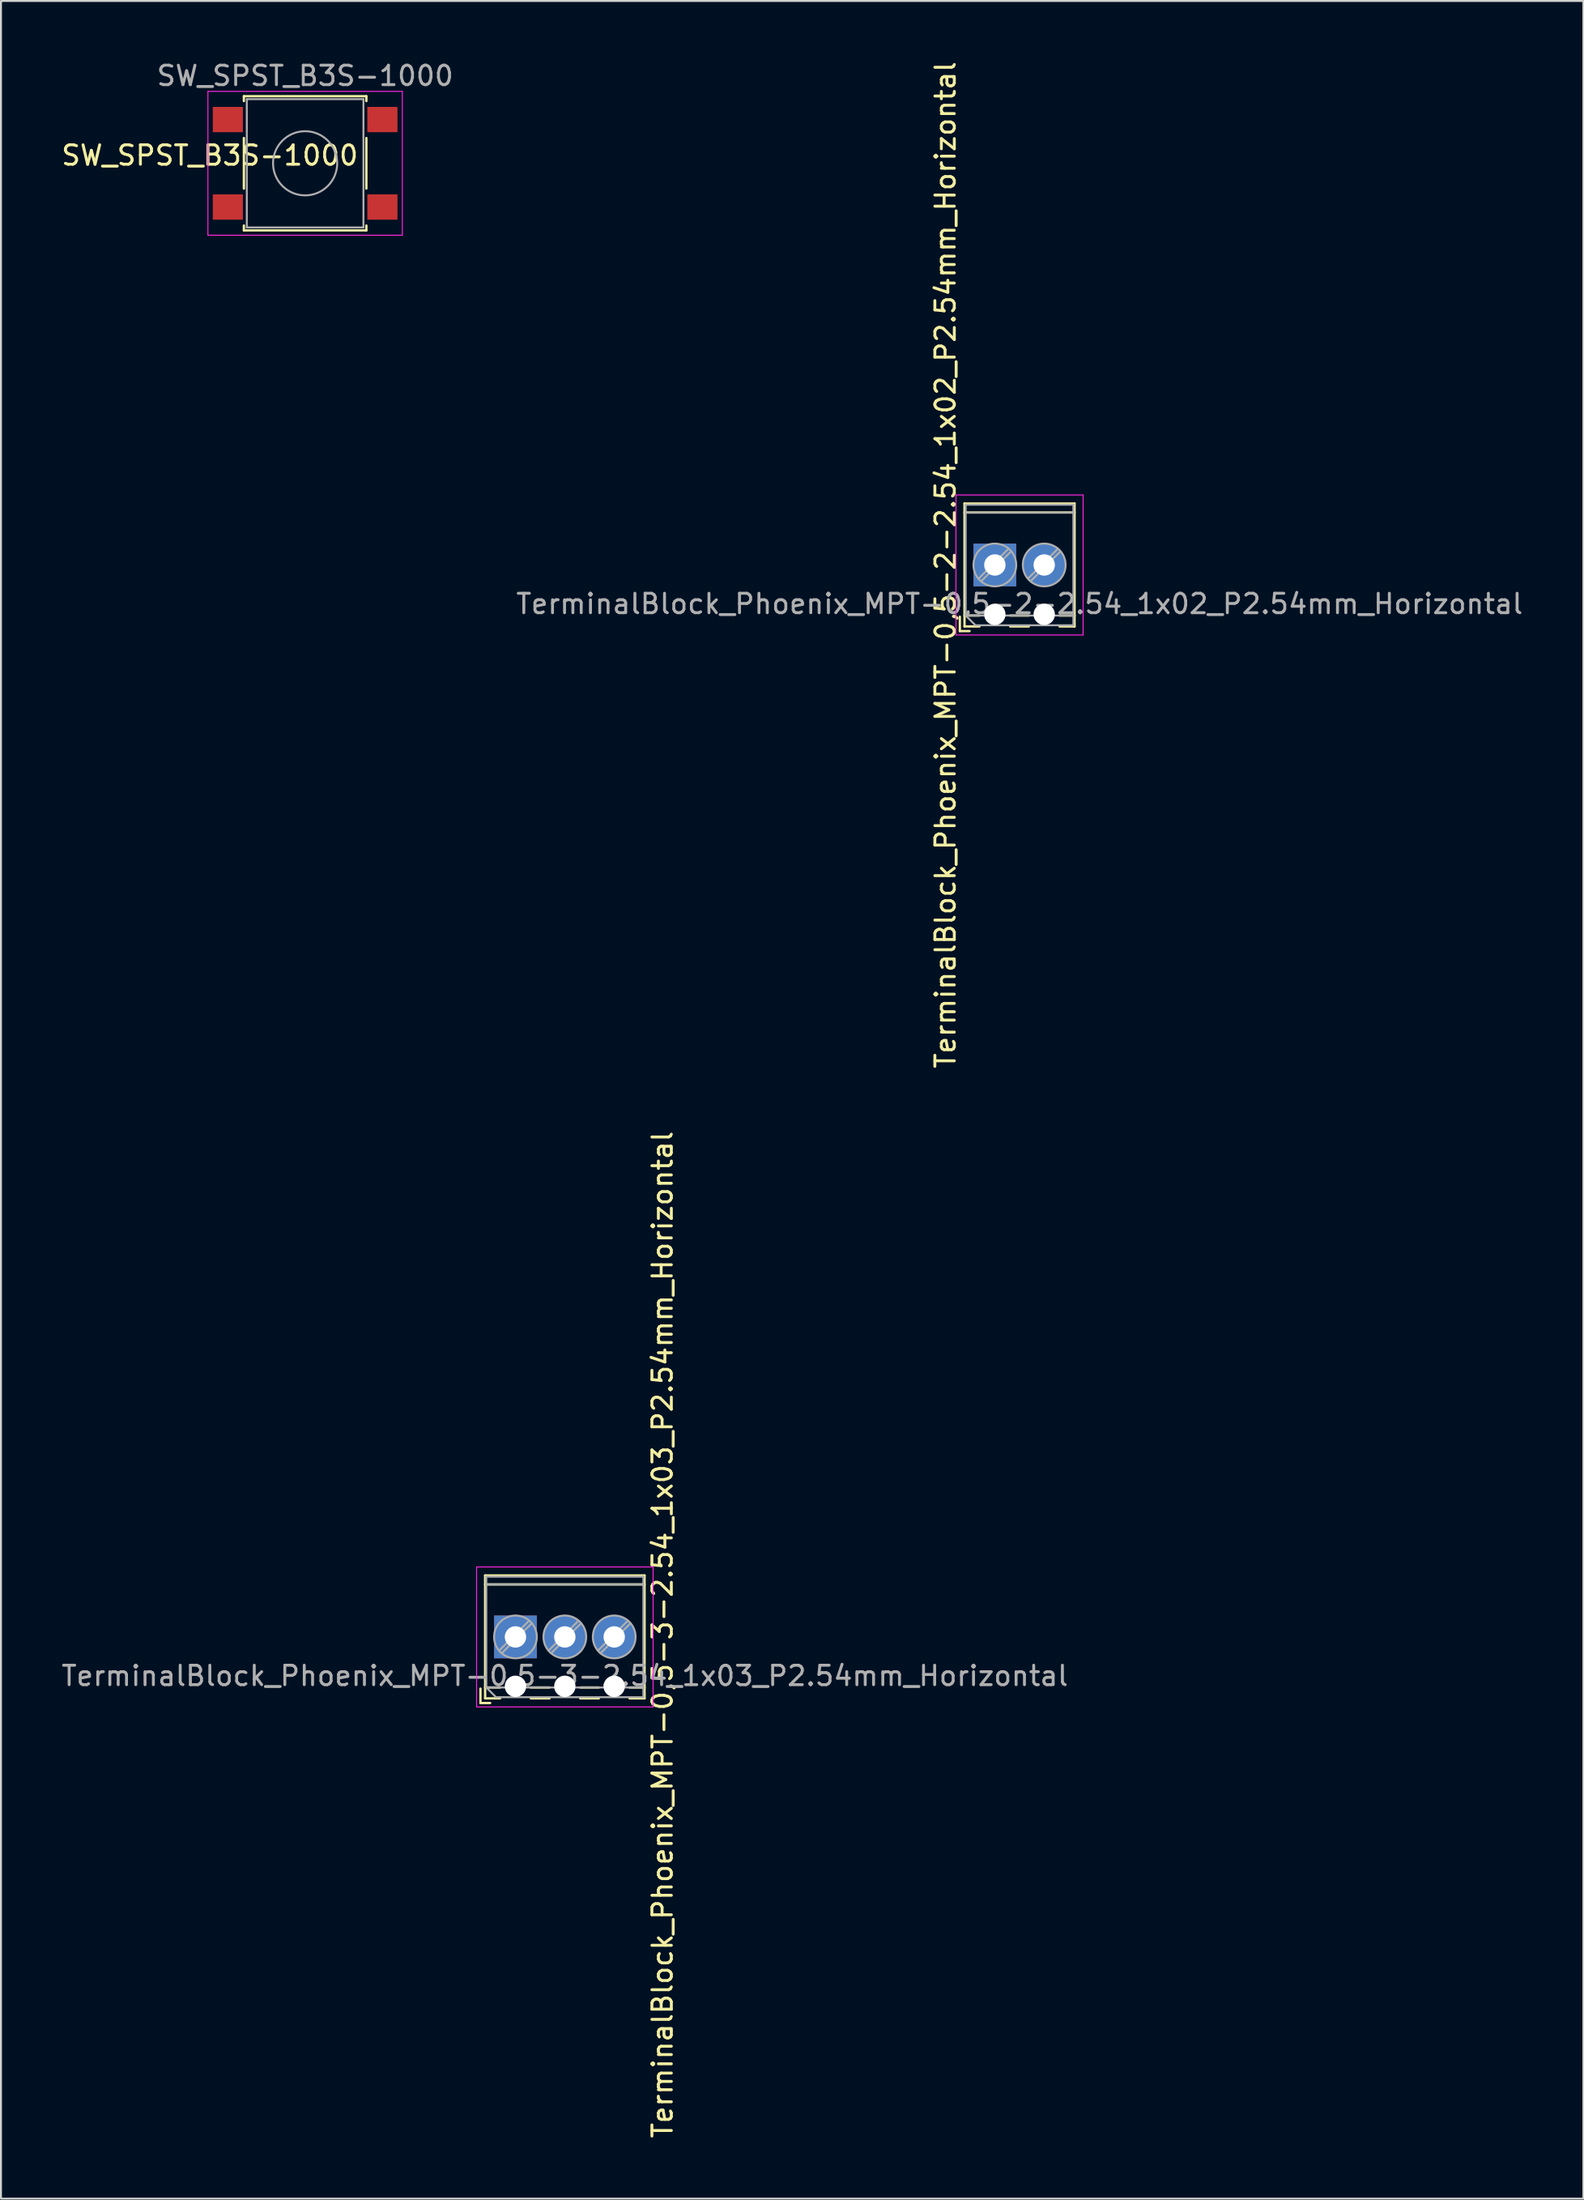
<source format=kicad_pcb>
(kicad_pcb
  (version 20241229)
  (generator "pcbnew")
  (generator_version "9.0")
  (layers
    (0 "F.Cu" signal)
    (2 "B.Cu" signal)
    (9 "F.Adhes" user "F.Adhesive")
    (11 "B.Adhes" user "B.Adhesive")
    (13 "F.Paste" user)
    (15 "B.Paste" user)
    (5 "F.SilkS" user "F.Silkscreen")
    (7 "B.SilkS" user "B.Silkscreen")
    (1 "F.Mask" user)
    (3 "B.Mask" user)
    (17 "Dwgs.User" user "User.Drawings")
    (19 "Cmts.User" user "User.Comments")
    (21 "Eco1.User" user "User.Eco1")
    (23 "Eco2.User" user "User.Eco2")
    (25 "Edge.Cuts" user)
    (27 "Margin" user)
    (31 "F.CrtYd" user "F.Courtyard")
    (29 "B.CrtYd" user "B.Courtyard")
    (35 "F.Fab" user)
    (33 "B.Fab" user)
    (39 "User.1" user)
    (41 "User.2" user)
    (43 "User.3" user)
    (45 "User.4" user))
  (footprint "SW_SPST_B3S-1000"
    (layer "F.Cu")
    (at 12.646 5.348)
    (property "Reference" "SW_SPST_B3S-1000" (at -4.902 -0.406 0) (layer "F.SilkS") (effects (font (size 1 1) (thickness 0.15))))
    (attr smd)
    (fp_line (start -3.15 -3.45) (end 3.15 -3.45) (stroke (width 0.12) (type solid)) (layer "F.SilkS"))
    (fp_line (start -3.15 -3.2) (end -3.15 -3.45) (stroke (width 0.12) (type solid)) (layer "F.SilkS"))
    (fp_line (start -3.15 1.3) (end -3.15 -1.3) (stroke (width 0.12) (type solid)) (layer "F.SilkS"))
    (fp_line (start -3.15 3.45) (end -3.15 3.2) (stroke (width 0.12) (type solid)) (layer "F.SilkS"))
    (fp_line (start 3.15 -3.45) (end 3.15 -3.2) (stroke (width 0.12) (type solid)) (layer "F.SilkS"))
    (fp_line (start 3.15 -1.3) (end 3.15 1.3) (stroke (width 0.12) (type solid)) (layer "F.SilkS"))
    (fp_line (start 3.15 3.2) (end 3.15 3.45) (stroke (width 0.12) (type solid)) (layer "F.SilkS"))
    (fp_line (start 3.15 3.45) (end -3.15 3.45) (stroke (width 0.12) (type solid)) (layer "F.SilkS"))
    (fp_line (start -5 -3.7) (end -5 3.7) (stroke (width 0.05) (type solid)) (layer "F.CrtYd"))
    (fp_line (start -5 3.7) (end 5 3.7) (stroke (width 0.05) (type solid)) (layer "F.CrtYd"))
    (fp_line (start 5 -3.7) (end -5 -3.7) (stroke (width 0.05) (type solid)) (layer "F.CrtYd"))
    (fp_line (start 5 3.7) (end 5 -3.7) (stroke (width 0.05) (type solid)) (layer "F.CrtYd"))
    (fp_line (start -3 -3.3) (end 3 -3.3) (stroke (width 0.1) (type solid)) (layer "F.Fab"))
    (fp_line (start -3 3.3) (end -3 -3.3) (stroke (width 0.1) (type solid)) (layer "F.Fab"))
    (fp_line (start 3 -3.3) (end 3 3.3) (stroke (width 0.1) (type solid)) (layer "F.Fab"))
    (fp_line (start 3 3.3) (end -3 3.3) (stroke (width 0.1) (type solid)) (layer "F.Fab"))
    (fp_circle (center 0 0) (end 1.65 0) (stroke (width 0.1) (type solid)) (fill no) (layer "F.Fab"))
    (fp_text user "${REFERENCE}" (at 0 -4.5 0) (layer "F.Fab") (effects (font (size 1 1) (thickness 0.15))))
    (pad "1" smd rect (at -3.975 -2.25) (size 1.55 1.3) (layers "F.Cu" "F.Mask" "F.Paste"))
    (pad "2" smd rect (at -3.975 2.25) (size 1.55 1.3) (layers "F.Cu" "F.Mask" "F.Paste"))
    (pad "3" smd rect (at 3.975 -2.25) (size 1.55 1.3) (layers "F.Cu" "F.Mask" "F.Paste"))
    (pad "4" smd rect (at 3.975 2.25) (size 1.55 1.3) (layers "F.Cu" "F.Mask" "F.Paste")))
  (footprint "TerminalBlock_Phoenix_MPT-0,5-2-2.54_1x02_P2.54mm_Horizontal"
    (layer "F.Cu")
    (at 48.126 26.006)
    (property "Reference" "TerminalBlock_Phoenix_MPT-0,5-2-2.54_1x02_P2.54mm_Horizontal" (at -2.54 0 90) (layer "F.SilkS") (effects (font (size 1 1) (thickness 0.15))))
    (attr through_hole)
    (fp_line (start -1.8 2.66) (end -1.8 3.4) (stroke (width 0.12) (type solid)) (layer "F.SilkS"))
    (fp_line (start -1.8 3.4) (end -1.3 3.4) (stroke (width 0.12) (type solid)) (layer "F.SilkS"))
    (fp_line (start -1.56 -3.16) (end -1.56 3.16) (stroke (width 0.12) (type solid)) (layer "F.SilkS"))
    (fp_line (start -1.56 -3.16) (end 4.1 -3.16) (stroke (width 0.12) (type solid)) (layer "F.SilkS"))
    (fp_line (start -1.56 -2.7) (end 4.1 -2.7) (stroke (width 0.12) (type solid)) (layer "F.SilkS"))
    (fp_line (start -1.56 2.6) (end -0.79 2.6) (stroke (width 0.12) (type solid)) (layer "F.SilkS"))
    (fp_line (start -1.56 3.16) (end -0.79 3.16) (stroke (width 0.12) (type solid)) (layer "F.SilkS"))
    (fp_line (start 0.79 2.6) (end 1.75 2.6) (stroke (width 0.12) (type solid)) (layer "F.SilkS"))
    (fp_line (start 0.79 3.16) (end 1.75 3.16) (stroke (width 0.12) (type solid)) (layer "F.SilkS"))
    (fp_line (start 3.33 2.6) (end 4.1 2.6) (stroke (width 0.12) (type solid)) (layer "F.SilkS"))
    (fp_line (start 3.33 3.16) (end 4.1 3.16) (stroke (width 0.12) (type solid)) (layer "F.SilkS"))
    (fp_line (start 4.1 -3.16) (end 4.1 3.16) (stroke (width 0.12) (type solid)) (layer "F.SilkS"))
    (fp_line (start -2 -3.6) (end -2 3.6) (stroke (width 0.05) (type solid)) (layer "F.CrtYd"))
    (fp_line (start -2 3.6) (end 4.54 3.6) (stroke (width 0.05) (type solid)) (layer "F.CrtYd"))
    (fp_line (start 4.54 -3.6) (end -2 -3.6) (stroke (width 0.05) (type solid)) (layer "F.CrtYd"))
    (fp_line (start 4.54 3.6) (end 4.54 -3.6) (stroke (width 0.05) (type solid)) (layer "F.CrtYd"))
    (fp_line (start -1.5 -3.1) (end 4.04 -3.1) (stroke (width 0.1) (type solid)) (layer "F.Fab"))
    (fp_line (start -1.5 -2.7) (end 4.04 -2.7) (stroke (width 0.1) (type solid)) (layer "F.Fab"))
    (fp_line (start -1.5 2.6) (end -1.5 -3.1) (stroke (width 0.1) (type solid)) (layer "F.Fab"))
    (fp_line (start -1.5 2.6) (end 4.04 2.6) (stroke (width 0.1) (type solid)) (layer "F.Fab"))
    (fp_line (start -1 3.1) (end -1.5 2.6) (stroke (width 0.1) (type solid)) (layer "F.Fab"))
    (fp_line (start 0.701 -0.835) (end -0.835 0.7) (stroke (width 0.1) (type solid)) (layer "F.Fab"))
    (fp_line (start 0.835 -0.7) (end -0.701 0.835) (stroke (width 0.1) (type solid)) (layer "F.Fab"))
    (fp_line (start 3.241 -0.835) (end 1.706 0.7) (stroke (width 0.1) (type solid)) (layer "F.Fab"))
    (fp_line (start 3.375 -0.7) (end 1.84 0.835) (stroke (width 0.1) (type solid)) (layer "F.Fab"))
    (fp_line (start 4.04 -3.1) (end 4.04 3.1) (stroke (width 0.1) (type solid)) (layer "F.Fab"))
    (fp_line (start 4.04 3.1) (end -1 3.1) (stroke (width 0.1) (type solid)) (layer "F.Fab"))
    (fp_circle (center 0 0) (end 1.1 0) (stroke (width 0.1) (type solid)) (fill no) (layer "F.Fab"))
    (fp_circle (center 2.54 0) (end 3.64 0) (stroke (width 0.1) (type solid)) (fill no) (layer "F.Fab"))
    (fp_text user "${REFERENCE}" (at 1.27 2 0) (layer "F.Fab") (effects (font (size 1 1) (thickness 0.15))))
    (pad "" np_thru_hole circle (at 0 2.54) (size 1.1 1.1) (drill 1.1) (layers "*.Cu" "*.Mask"))
    (pad "" np_thru_hole circle (at 2.54 2.54) (size 1.1 1.1) (drill 1.1) (layers "*.Cu" "*.Mask"))
    (pad "1" thru_hole rect (at 0 0) (size 2.2 2.2) (drill 1.1) (layers "*.Cu" "*.Mask"))
    (pad "2" thru_hole circle (at 2.54 0) (size 2.2 2.2) (drill 1.1) (layers "*.Cu" "*.Mask")))
  (footprint "TerminalBlock_Phoenix_MPT-0,5-3-2.54_1x03_P2.54mm_Horizontal"
    (layer "F.Cu")
    (at 23.466 81.135)
    (property "Reference" "TerminalBlock_Phoenix_MPT-0,5-3-2.54_1x03_P2.54mm_Horizontal" (at 7.564 -0.117 270) (layer "F.SilkS") (effects (font (size 1 1) (thickness 0.15))))
    (attr through_hole)
    (fp_line (start -1.8 2.66) (end -1.8 3.4) (stroke (width 0.12) (type solid)) (layer "F.SilkS"))
    (fp_line (start -1.8 3.4) (end -1.3 3.4) (stroke (width 0.12) (type solid)) (layer "F.SilkS"))
    (fp_line (start -1.56 -3.16) (end -1.56 3.16) (stroke (width 0.12) (type solid)) (layer "F.SilkS"))
    (fp_line (start -1.56 -3.16) (end 6.64 -3.16) (stroke (width 0.12) (type solid)) (layer "F.SilkS"))
    (fp_line (start -1.56 -2.7) (end 6.64 -2.7) (stroke (width 0.12) (type solid)) (layer "F.SilkS"))
    (fp_line (start -1.56 2.6) (end -0.79 2.6) (stroke (width 0.12) (type solid)) (layer "F.SilkS"))
    (fp_line (start -1.56 3.16) (end -0.79 3.16) (stroke (width 0.12) (type solid)) (layer "F.SilkS"))
    (fp_line (start 0.79 2.6) (end 1.75 2.6) (stroke (width 0.12) (type solid)) (layer "F.SilkS"))
    (fp_line (start 0.79 3.16) (end 1.75 3.16) (stroke (width 0.12) (type solid)) (layer "F.SilkS"))
    (fp_line (start 3.33 2.6) (end 4.29 2.6) (stroke (width 0.12) (type solid)) (layer "F.SilkS"))
    (fp_line (start 3.33 3.16) (end 4.29 3.16) (stroke (width 0.12) (type solid)) (layer "F.SilkS"))
    (fp_line (start 5.87 2.6) (end 6.64 2.6) (stroke (width 0.12) (type solid)) (layer "F.SilkS"))
    (fp_line (start 5.87 3.16) (end 6.64 3.16) (stroke (width 0.12) (type solid)) (layer "F.SilkS"))
    (fp_line (start 6.64 -3.16) (end 6.64 3.16) (stroke (width 0.12) (type solid)) (layer "F.SilkS"))
    (fp_line (start -2 -3.6) (end -2 3.6) (stroke (width 0.05) (type solid)) (layer "F.CrtYd"))
    (fp_line (start -2 3.6) (end 7.08 3.6) (stroke (width 0.05) (type solid)) (layer "F.CrtYd"))
    (fp_line (start 7.08 -3.6) (end -2 -3.6) (stroke (width 0.05) (type solid)) (layer "F.CrtYd"))
    (fp_line (start 7.08 3.6) (end 7.08 -3.6) (stroke (width 0.05) (type solid)) (layer "F.CrtYd"))
    (fp_line (start -1.5 -3.1) (end 6.58 -3.1) (stroke (width 0.1) (type solid)) (layer "F.Fab"))
    (fp_line (start -1.5 -2.7) (end 6.58 -2.7) (stroke (width 0.1) (type solid)) (layer "F.Fab"))
    (fp_line (start -1.5 2.6) (end -1.5 -3.1) (stroke (width 0.1) (type solid)) (layer "F.Fab"))
    (fp_line (start -1.5 2.6) (end 6.58 2.6) (stroke (width 0.1) (type solid)) (layer "F.Fab"))
    (fp_line (start -1 3.1) (end -1.5 2.6) (stroke (width 0.1) (type solid)) (layer "F.Fab"))
    (fp_line (start 0.701 -0.835) (end -0.835 0.7) (stroke (width 0.1) (type solid)) (layer "F.Fab"))
    (fp_line (start 0.835 -0.7) (end -0.701 0.835) (stroke (width 0.1) (type solid)) (layer "F.Fab"))
    (fp_line (start 3.241 -0.835) (end 1.706 0.7) (stroke (width 0.1) (type solid)) (layer "F.Fab"))
    (fp_line (start 3.375 -0.7) (end 1.84 0.835) (stroke (width 0.1) (type solid)) (layer "F.Fab"))
    (fp_line (start 5.781 -0.835) (end 4.246 0.7) (stroke (width 0.1) (type solid)) (layer "F.Fab"))
    (fp_line (start 5.915 -0.7) (end 4.38 0.835) (stroke (width 0.1) (type solid)) (layer "F.Fab"))
    (fp_line (start 6.58 -3.1) (end 6.58 3.1) (stroke (width 0.1) (type solid)) (layer "F.Fab"))
    (fp_line (start 6.58 3.1) (end -1 3.1) (stroke (width 0.1) (type solid)) (layer "F.Fab"))
    (fp_circle (center 0 0) (end 1.1 0) (stroke (width 0.1) (type solid)) (fill no) (layer "F.Fab"))
    (fp_circle (center 2.54 0) (end 3.64 0) (stroke (width 0.1) (type solid)) (fill no) (layer "F.Fab"))
    (fp_circle (center 5.08 0) (end 6.18 0) (stroke (width 0.1) (type solid)) (fill no) (layer "F.Fab"))
    (fp_text user "${REFERENCE}" (at 2.54 2 0) (layer "F.Fab") (effects (font (size 1 1) (thickness 0.15))))
    (pad "" np_thru_hole circle (at 0 2.54) (size 1.1 1.1) (drill 1.1) (layers "*.Cu" "*.Mask"))
    (pad "" np_thru_hole circle (at 2.54 2.54) (size 1.1 1.1) (drill 1.1) (layers "*.Cu" "*.Mask"))
    (pad "" np_thru_hole circle (at 5.08 2.54) (size 1.1 1.1) (drill 1.1) (layers "*.Cu" "*.Mask"))
    (pad "1" thru_hole rect (at 0 0) (size 2.2 2.2) (drill 1.1) (layers "*.Cu" "*.Mask"))
    (pad "2" thru_hole circle (at 2.54 0) (size 2.2 2.2) (drill 1.1) (layers "*.Cu" "*.Mask"))
    (pad "3" thru_hole circle (at 5.08 0) (size 2.2 2.2) (drill 1.1) (layers "*.Cu" "*.Mask")))
  (gr_rect
    (start -3 -3)
    (end 78.402 110.024)
    (stroke (width 0.1) (type default))
    (fill no)
    (layer "Edge.Cuts")))
</source>
